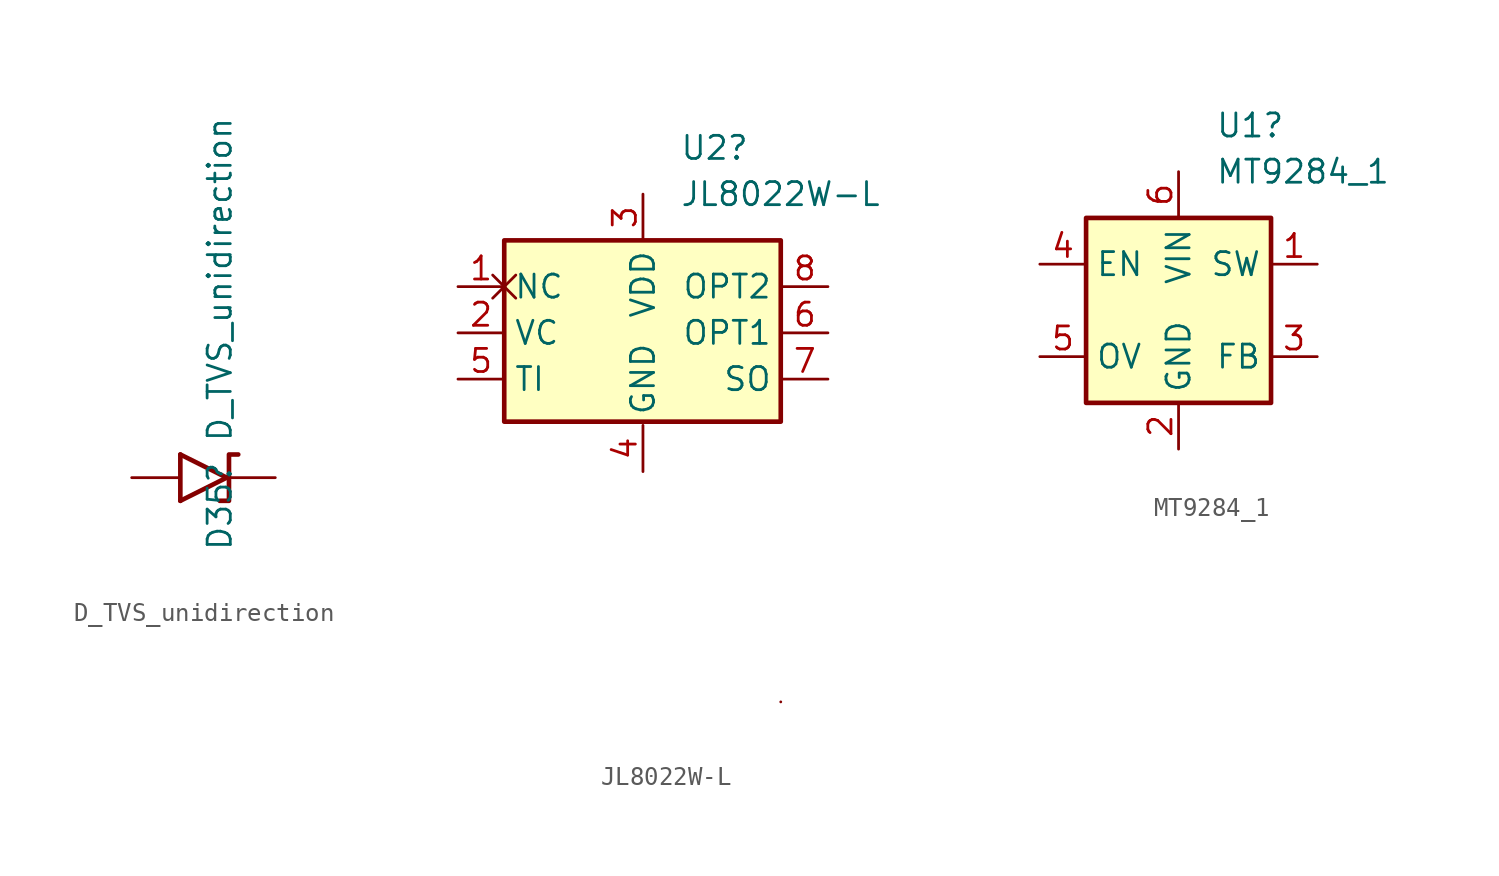
<source format=kicad_sym>
(kicad_symbol_lib
  (version 20211014)
  (generator kicad_symbol_editor)
  (symbol "D_TVS_unidirection"
    (pin_numbers hide)
    (pin_names
      (offset 1.016) hide)
    (property "Reference" "D35"
      (at -0.508 -4.064 90)
      (effects (font (size 1.27 1.27)) (justify left)))
    (property "Value" "D_TVS_unidirection"
      (at -0.508 1.905 90)
      (effects (font (size 1.27 1.27)) (justify left)))
    (symbol "D_TVS_unidirection_0_1"
      (polyline (pts (xy -2.667 -1.27) (xy -0.127 0)) (stroke (width 0.254) (type default) (color 0 0 0 0)) (fill (type none)))
      (polyline (pts (xy -2.667 1.27) (xy -2.667 -1.27)) (stroke (width 0.254) (type default) (color 0 0 0 0)) (fill (type none)))
      (polyline (pts (xy -0.127 0) (xy -2.667 1.27)) (stroke (width 0.254) (type default) (color 0 0 0 0)) (fill (type none)))
      (polyline (pts (xy 0.508 1.27) (xy 0 1.27) (xy 0 -1.27) (xy -0.508 -1.27)) (stroke (width 0.254) (type default) (color 0 0 0 0)) (fill (type none))))
    (symbol "D_TVS_unidirection_1_1"
      (pin passive line (at 2.54 0 180) (length 2.54) (name "A1" (effects (font (size 1.27 1.27)))) (number "1" (effects (font (size 1.27 1.27)))))
      (pin passive line (at -5.334 0 0) (length 2.54) (name "A2" (effects (font (size 1.27 1.27)))) (number "2" (effects (font (size 1.27 1.27)))))))
  (symbol "JL8022W-L"
    (property "Reference" "U2"
      (at 2.019 10.16 0)
      (effects (font (size 1.27 1.27)) (justify left)))
    (property "Value" "JL8022W-L"
      (at 2.019 7.62 0)
      (effects (font (size 1.27 1.27)) (justify left)))
    (symbol "JL8022W-L_0_1"
      (rectangle (start -7.62 5.08) (end 7.569 -4.877) (stroke (width 0.254) (type default) (color 0 0 0 0)) (fill (type background)))
      (rectangle (start 7.569 -20.269) (end 7.569 -20.269) (stroke (width 0) (type default) (color 0 0 0 0)) (fill (type none))))
    (symbol "JL8022W-L_1_1"
      (pin passive non_logic (at -10.16 2.54 0) (length 2.54) (name "NC" (effects (font (size 1.27 1.27)))) (number "1" (effects (font (size 1.27 1.27)))))
      (pin input line (at -10.16 0 0) (length 2.54) (name "VC" (effects (font (size 1.27 1.27)))) (number "2" (effects (font (size 1.27 1.27)))))
      (pin power_in line (at 0 7.62 270) (length 2.54) (name "VDD" (effects (font (size 1.27 1.27)))) (number "3" (effects (font (size 1.27 1.27)))))
      (pin power_in line (at 0 -7.62 90) (length 2.54) (name "GND" (effects (font (size 1.27 1.27)))) (number "4" (effects (font (size 1.27 1.27)))))
      (pin input line (at -10.16 -2.54 0) (length 2.54) (name "TI" (effects (font (size 1.27 1.27)))) (number "5" (effects (font (size 1.27 1.27)))))
      (pin input line (at 10.16 0 180) (length 2.54) (name "OPT1" (effects (font (size 1.27 1.27)))) (number "6" (effects (font (size 1.27 1.27)))))
      (pin output line (at 10.16 -2.54 180) (length 2.54) (name "SO" (effects (font (size 1.27 1.27)))) (number "7" (effects (font (size 1.27 1.27)))))
      (pin input line (at 10.16 2.54 180) (length 2.54) (name "OPT2" (effects (font (size 1.27 1.27)))) (number "8" (effects (font (size 1.27 1.27)))))))
  (symbol "MT9284_1"
    (property "Reference" "U1"
      (at 2.019 10.16 0)
      (effects (font (size 1.27 1.27)) (justify left)))
    (property "Value" "MT9284_1"
      (at 2.019 7.62 0)
      (effects (font (size 1.27 1.27)) (justify left)))
    (symbol "MT9284_1_0_1"
      (rectangle (start 5.08 -5.08) (end -5.08 5.08) (stroke (width 0.254) (type default) (color 0 0 0 0)) (fill (type background))))
    (symbol "MT9284_1_1_1"
      (pin open_collector line (at 7.62 2.54 180) (length 2.54) (name "SW" (effects (font (size 1.27 1.27)))) (number "1" (effects (font (size 1.27 1.27)))))
      (pin power_in line (at 0 -7.62 90) (length 2.54) (name "GND" (effects (font (size 1.27 1.27)))) (number "2" (effects (font (size 1.27 1.27)))))
      (pin input line (at 7.62 -2.54 180) (length 2.54) (name "FB" (effects (font (size 1.27 1.27)))) (number "3" (effects (font (size 1.27 1.27)))))
      (pin input line (at -7.62 2.54 0) (length 2.54) (name "EN" (effects (font (size 1.27 1.27)))) (number "4" (effects (font (size 1.27 1.27)))))
      (pin input line (at -7.62 -2.54 0) (length 2.54) (name "OV" (effects (font (size 1.27 1.27)))) (number "5" (effects (font (size 1.27 1.27)))))
      (pin power_in line (at 0 7.62 270) (length 2.54) (name "VIN" (effects (font (size 1.27 1.27)))) (number "6" (effects (font (size 1.27 1.27))))))))
</source>
